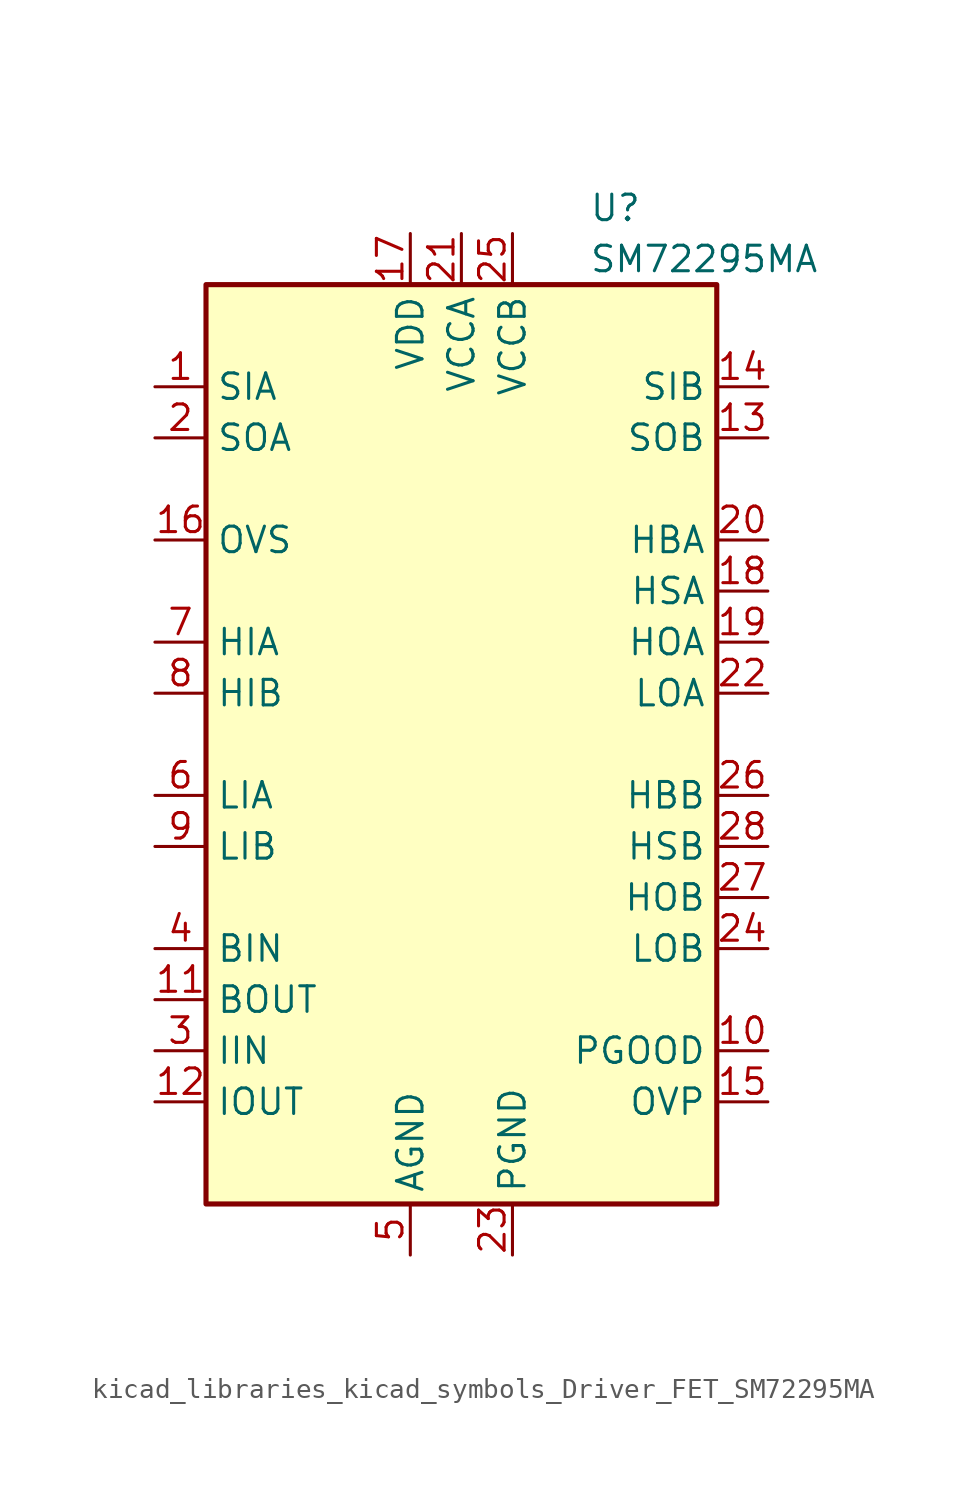
<source format=kicad_sym>
(kicad_symbol_lib
  (version 20220914)
  (generator kicad_symbol_editor)
  (symbol "kicad_libraries_kicad_symbols_Driver_FET_SM72295MA"
    (property "Reference" "U"
      (at 6.35 26.67 0)
      (effects (font (size 1.27 1.27)) (justify left)))
    (property "Value" "SM72295MA"
      (at 6.35 24.13 0)
      (effects (font (size 1.27 1.27)) (justify left)))
    (symbol "kicad_libraries_kicad_symbols_Driver_FET_SM72295MA_0_1"
      (rectangle (start -12.7 -22.86) (end 12.7 22.86) (stroke (width 0.254) (type default)) (fill (type background))))
    (symbol "kicad_libraries_kicad_symbols_Driver_FET_SM72295MA_1_1"
      (pin input line (at -15.24 17.78 0) (length 2.54) (name "SIA" (effects (font (size 1.27 1.27)))) (number "1" (effects (font (size 1.27 1.27)))))
      (pin open_collector line (at 15.24 -15.24 180) (length 2.54) (name "PGOOD" (effects (font (size 1.27 1.27)))) (number "10" (effects (font (size 1.27 1.27)))))
      (pin output line (at -15.24 -12.7 0) (length 2.54) (name "BOUT" (effects (font (size 1.27 1.27)))) (number "11" (effects (font (size 1.27 1.27)))))
      (pin passive line (at -15.24 -17.78 0) (length 2.54) (name "IOUT" (effects (font (size 1.27 1.27)))) (number "12" (effects (font (size 1.27 1.27)))))
      (pin input line (at 15.24 15.24 180) (length 2.54) (name "SOB" (effects (font (size 1.27 1.27)))) (number "13" (effects (font (size 1.27 1.27)))))
      (pin input line (at 15.24 17.78 180) (length 2.54) (name "SIB" (effects (font (size 1.27 1.27)))) (number "14" (effects (font (size 1.27 1.27)))))
      (pin open_collector line (at 15.24 -17.78 180) (length 2.54) (name "OVP" (effects (font (size 1.27 1.27)))) (number "15" (effects (font (size 1.27 1.27)))))
      (pin input line (at -15.24 10.16 0) (length 2.54) (name "OVS" (effects (font (size 1.27 1.27)))) (number "16" (effects (font (size 1.27 1.27)))))
      (pin power_in line (at -2.54 25.4 270) (length 2.54) (name "VDD" (effects (font (size 1.27 1.27)))) (number "17" (effects (font (size 1.27 1.27)))))
      (pin passive line (at 15.24 7.62 180) (length 2.54) (name "HSA" (effects (font (size 1.27 1.27)))) (number "18" (effects (font (size 1.27 1.27)))))
      (pin output line (at 15.24 5.08 180) (length 2.54) (name "HOA" (effects (font (size 1.27 1.27)))) (number "19" (effects (font (size 1.27 1.27)))))
      (pin input line (at -15.24 15.24 0) (length 2.54) (name "SOA" (effects (font (size 1.27 1.27)))) (number "2" (effects (font (size 1.27 1.27)))))
      (pin passive line (at 15.24 10.16 180) (length 2.54) (name "HBA" (effects (font (size 1.27 1.27)))) (number "20" (effects (font (size 1.27 1.27)))))
      (pin power_in line (at 0 25.4 270) (length 2.54) (name "VCCA" (effects (font (size 1.27 1.27)))) (number "21" (effects (font (size 1.27 1.27)))))
      (pin output line (at 15.24 2.54 180) (length 2.54) (name "LOA" (effects (font (size 1.27 1.27)))) (number "22" (effects (font (size 1.27 1.27)))))
      (pin power_in line (at 2.54 -25.4 90) (length 2.54) (name "PGND" (effects (font (size 1.27 1.27)))) (number "23" (effects (font (size 1.27 1.27)))))
      (pin output line (at 15.24 -10.16 180) (length 2.54) (name "LOB" (effects (font (size 1.27 1.27)))) (number "24" (effects (font (size 1.27 1.27)))))
      (pin power_in line (at 2.54 25.4 270) (length 2.54) (name "VCCB" (effects (font (size 1.27 1.27)))) (number "25" (effects (font (size 1.27 1.27)))))
      (pin passive line (at 15.24 -2.54 180) (length 2.54) (name "HBB" (effects (font (size 1.27 1.27)))) (number "26" (effects (font (size 1.27 1.27)))))
      (pin output line (at 15.24 -7.62 180) (length 2.54) (name "HOB" (effects (font (size 1.27 1.27)))) (number "27" (effects (font (size 1.27 1.27)))))
      (pin passive line (at 15.24 -5.08 180) (length 2.54) (name "HSB" (effects (font (size 1.27 1.27)))) (number "28" (effects (font (size 1.27 1.27)))))
      (pin passive line (at -15.24 -15.24 0) (length 2.54) (name "IIN" (effects (font (size 1.27 1.27)))) (number "3" (effects (font (size 1.27 1.27)))))
      (pin output line (at -15.24 -10.16 0) (length 2.54) (name "BIN" (effects (font (size 1.27 1.27)))) (number "4" (effects (font (size 1.27 1.27)))))
      (pin power_in line (at -2.54 -25.4 90) (length 2.54) (name "AGND" (effects (font (size 1.27 1.27)))) (number "5" (effects (font (size 1.27 1.27)))))
      (pin input line (at -15.24 -2.54 0) (length 2.54) (name "LIA" (effects (font (size 1.27 1.27)))) (number "6" (effects (font (size 1.27 1.27)))))
      (pin input line (at -15.24 5.08 0) (length 2.54) (name "HIA" (effects (font (size 1.27 1.27)))) (number "7" (effects (font (size 1.27 1.27)))))
      (pin input line (at -15.24 2.54 0) (length 2.54) (name "HIB" (effects (font (size 1.27 1.27)))) (number "8" (effects (font (size 1.27 1.27)))))
      (pin input line (at -15.24 -5.08 0) (length 2.54) (name "LIB" (effects (font (size 1.27 1.27)))) (number "9" (effects (font (size 1.27 1.27))))))))
</source>
